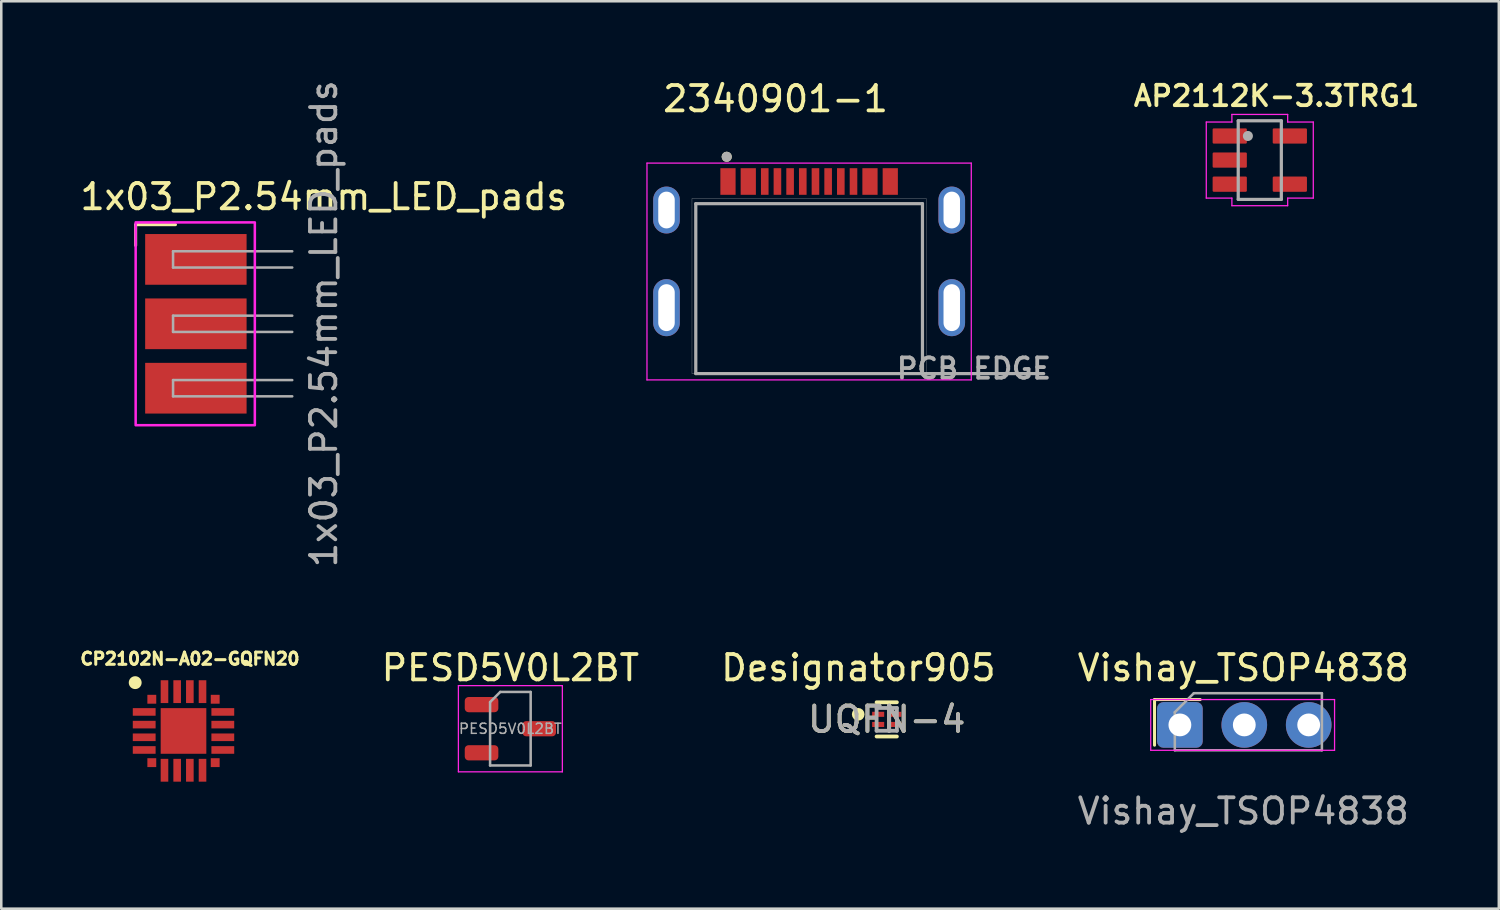
<source format=kicad_pcb>
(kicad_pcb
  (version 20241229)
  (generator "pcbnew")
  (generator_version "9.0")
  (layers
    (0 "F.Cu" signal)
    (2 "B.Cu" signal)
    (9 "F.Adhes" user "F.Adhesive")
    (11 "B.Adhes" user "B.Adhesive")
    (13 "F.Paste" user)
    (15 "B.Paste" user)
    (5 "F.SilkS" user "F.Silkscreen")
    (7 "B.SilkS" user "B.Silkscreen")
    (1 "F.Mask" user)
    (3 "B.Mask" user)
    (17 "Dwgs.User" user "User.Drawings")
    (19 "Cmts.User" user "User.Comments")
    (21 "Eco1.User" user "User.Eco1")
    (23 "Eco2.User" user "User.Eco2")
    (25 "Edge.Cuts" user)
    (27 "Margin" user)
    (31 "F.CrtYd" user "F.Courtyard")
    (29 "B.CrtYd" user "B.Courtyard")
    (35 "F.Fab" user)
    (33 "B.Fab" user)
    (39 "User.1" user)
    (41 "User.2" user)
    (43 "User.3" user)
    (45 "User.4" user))
  (footprint "Vishay_TSOP4838"
    (layer "F.Cu")
    (at 43.482 25.539)
    (property "Reference" "Vishay_TSOP4838" (at 2.5 -2.25 180) (layer "F.SilkS") (effects (font (size 1 1) (thickness 0.15))))
    (attr through_hole)
    (fp_line (start -1 -1) (end -1 0.8) (stroke (width 0.12) (type solid)) (layer "F.SilkS"))
    (fp_line (start 0.8 -1) (end -1 -1) (stroke (width 0.12) (type solid)) (layer "F.SilkS"))
    (fp_line (start -1.15 -1) (end -1.15 1) (stroke (width 0.05) (type solid)) (layer "F.CrtYd"))
    (fp_line (start -1.15 -1) (end 6.1 -1) (stroke (width 0.05) (type solid)) (layer "F.CrtYd"))
    (fp_line (start 6.1 1) (end -1.15 1) (stroke (width 0.05) (type solid)) (layer "F.CrtYd"))
    (fp_line (start 6.1 1) (end 6.1 -1) (stroke (width 0.05) (type solid)) (layer "F.CrtYd"))
    (fp_line (start -0.2 1) (end -0.2 -0.5) (stroke (width 0.1) (type solid)) (layer "F.Fab"))
    (fp_line (start 0.55 -1.25) (end -0.2 -0.5) (stroke (width 0.1) (type solid)) (layer "F.Fab"))
    (fp_line (start 0.55 -1.25) (end 5.6 -1.25) (stroke (width 0.1) (type solid)) (layer "F.Fab"))
    (fp_line (start 5.6 -1.25) (end 5.6 1) (stroke (width 0.1) (type solid)) (layer "F.Fab"))
    (fp_line (start 5.6 1) (end -0.2 1) (stroke (width 0.1) (type solid)) (layer "F.Fab"))
    (fp_text user "${REFERENCE}" (at 2.5 3.4 0) (layer "F.Fab") (effects (font (size 1 1) (thickness 0.15))))
    (pad "1" thru_hole roundrect (at 0 0) (size 1.8 1.8) (drill 0.9) (layers "*.Cu" "*.Mask") (roundrect_rratio 0.138))
    (pad "2" thru_hole circle (at 2.54 0) (size 1.8 1.8) (drill 0.9) (layers "*.Cu" "*.Mask"))
    (pad "3" thru_hole circle (at 5.08 0) (size 1.8 1.8) (drill 0.9) (layers "*.Cu" "*.Mask")))
  (footprint "1x03_P2.54mm_LED_pads"
    (layer "F.Cu")
    (at 10.2 9.72)
    (property "Reference" "1x03_P2.54mm_LED_pads" (at -0.48 -5.01 0) (layer "F.SilkS") (effects (font (size 1 1) (thickness 0.15))))
    (attr smd)
    (fp_line (start -7.9 -3.91) (end -6.33 -3.91) (stroke (width 0.12) (type solid)) (layer "F.SilkS"))
    (fp_line (start -7.9 -3.09) (end -7.9 -3.91) (stroke (width 0.12) (type solid)) (layer "F.SilkS"))
    (fp_rect (start -7.9 -4) (end -3.2 4) (stroke (width 0.1) (type default)) (fill no) (layer "F.CrtYd"))
    (fp_line (start -6.425 -2.86) (end -6.425 -2.22) (stroke (width 0.1) (type solid)) (layer "F.Fab"))
    (fp_line (start -6.425 -2.22) (end -1.725 -2.22) (stroke (width 0.1) (type solid)) (layer "F.Fab"))
    (fp_line (start -6.425 -0.32) (end -6.425 0.32) (stroke (width 0.1) (type solid)) (layer "F.Fab"))
    (fp_line (start -6.425 0.32) (end -1.725 0.32) (stroke (width 0.1) (type solid)) (layer "F.Fab"))
    (fp_line (start -6.425 2.22) (end -6.425 2.86) (stroke (width 0.1) (type solid)) (layer "F.Fab"))
    (fp_line (start -6.425 2.86) (end -1.725 2.86) (stroke (width 0.1) (type solid)) (layer "F.Fab"))
    (fp_line (start -1.725 -2.86) (end -6.425 -2.86) (stroke (width 0.1) (type solid)) (layer "F.Fab"))
    (fp_line (start -1.725 -0.32) (end -6.425 -0.32) (stroke (width 0.1) (type solid)) (layer "F.Fab"))
    (fp_line (start -1.725 2.22) (end -6.425 2.22) (stroke (width 0.1) (type solid)) (layer "F.Fab"))
    (fp_text user "${REFERENCE}" (at -0.48 0 90) (layer "F.Fab") (effects (font (size 1 1) (thickness 0.15))))
    (pad "1" smd rect (at -5.525 -2.54) (size 4 2) (layers "F.Cu" "F.Mask" "F.Paste"))
    (pad "2" smd rect (at -5.525 0) (size 4 2) (layers "F.Cu" "F.Mask" "F.Paste"))
    (pad "3" smd rect (at -5.525 2.54) (size 4 2) (layers "F.Cu" "F.Mask" "F.Paste")))
  (footprint "CP2102N-A02-GQFN20"
    (layer "F.Cu")
    (at 4.187 25.777)
    (property "Reference" "CP2102N-A02-GQFN20" (at 0.254 -2.845 0) (layer "F.SilkS") (effects (font (size 0.48 0.48) (thickness 0.12))))
    (attr smd)
    (fp_circle (center -1.905 -1.905) (end -1.651 -1.905) (stroke (width 0) (type solid)) (fill yes) (layer "F.SilkS"))
    (pad "1" smd rect (at -1.25 -1.25) (size 0.35 0.35) (layers "F.Cu" "F.Mask" "F.Paste"))
    (pad "2" smd rect (at -1.55 -0.75 90) (size 0.3 0.9) (layers "F.Cu" "F.Mask" "F.Paste"))
    (pad "3" smd rect (at -1.55 -0.25 90) (size 0.3 0.9) (layers "F.Cu" "F.Mask" "F.Paste"))
    (pad "4" smd rect (at -1.55 0.25 90) (size 0.3 0.9) (layers "F.Cu" "F.Mask" "F.Paste"))
    (pad "5" smd rect (at -1.55 0.75 90) (size 0.3 0.9) (layers "F.Cu" "F.Mask" "F.Paste"))
    (pad "6" smd rect (at -1.25 1.25) (size 0.35 0.35) (layers "F.Cu" "F.Mask" "F.Paste"))
    (pad "7" smd rect (at -0.75 1.55 180) (size 0.3 0.9) (layers "F.Cu" "F.Mask" "F.Paste"))
    (pad "8" smd rect (at -0.25 1.55 180) (size 0.3 0.9) (layers "F.Cu" "F.Mask" "F.Paste"))
    (pad "9" smd rect (at 0.25 1.55 180) (size 0.3 0.9) (layers "F.Cu" "F.Mask" "F.Paste"))
    (pad "10" smd rect (at 0.75 1.55 180) (size 0.3 0.9) (layers "F.Cu" "F.Mask" "F.Paste"))
    (pad "11" smd rect (at 1.25 1.25) (size 0.35 0.35) (layers "F.Cu" "F.Mask" "F.Paste"))
    (pad "12" smd rect (at 1.55 0.75 270) (size 0.3 0.9) (layers "F.Cu" "F.Mask" "F.Paste"))
    (pad "13" smd rect (at 1.55 0.25 270) (size 0.3 0.9) (layers "F.Cu" "F.Mask" "F.Paste"))
    (pad "14" smd rect (at 1.55 -0.25 270) (size 0.3 0.9) (layers "F.Cu" "F.Mask" "F.Paste"))
    (pad "15" smd rect (at 1.55 -0.75 270) (size 0.3 0.9) (layers "F.Cu" "F.Mask" "F.Paste"))
    (pad "16" smd rect (at 1.25 -1.25) (size 0.35 0.35) (layers "F.Cu" "F.Mask" "F.Paste"))
    (pad "17" smd rect (at 0.75 -1.55) (size 0.3 0.9) (layers "F.Cu" "F.Mask" "F.Paste"))
    (pad "18" smd rect (at 0.25 -1.55) (size 0.3 0.9) (layers "F.Cu" "F.Mask" "F.Paste"))
    (pad "19" smd rect (at -0.25 -1.55) (size 0.3 0.9) (layers "F.Cu" "F.Mask" "F.Paste"))
    (pad "20" smd rect (at -0.75 -1.55) (size 0.3 0.9) (layers "F.Cu" "F.Mask" "F.Paste"))
    (pad "EXP" smd rect (at 0 0) (size 1.8 1.8) (layers "F.Cu" "F.Mask" "F.Paste")))
  (footprint "2340901-1"
    (layer "F.Cu")
    (at 28.86 9.483)
    (property "Reference" "2340901-1" (at -1.325 -8.635 0) (layer "F.SilkS") (effects (font (size 1 1) (thickness 0.15))))
    (attr smd)
    (fp_circle (center -3.25 -6.35) (end -3.15 -6.35) (stroke (width 0.2) (type solid)) (fill no) (layer "F.SilkS"))
    (fp_line (start -4.62 -4.7) (end 4.62 -4.7) (stroke (width 0.01) (type solid)) (layer "Dwgs.User"))
    (fp_line (start -4.62 2.2) (end -4.62 -4.7) (stroke (width 0.01) (type solid)) (layer "Dwgs.User"))
    (fp_line (start 4.62 -4.7) (end 4.62 2.2) (stroke (width 0.01) (type solid)) (layer "Dwgs.User"))
    (fp_line (start 4.62 2.2) (end -4.62 2.2) (stroke (width 0.01) (type solid)) (layer "Dwgs.User"))
    (fp_line (start -6.395 -6.1) (end 6.395 -6.1) (stroke (width 0.05) (type solid)) (layer "F.CrtYd"))
    (fp_line (start -6.395 2.45) (end -6.395 -6.1) (stroke (width 0.05) (type solid)) (layer "F.CrtYd"))
    (fp_line (start 6.395 -6.1) (end 6.395 2.45) (stroke (width 0.05) (type solid)) (layer "F.CrtYd"))
    (fp_line (start 6.395 2.45) (end -6.395 2.45) (stroke (width 0.05) (type solid)) (layer "F.CrtYd"))
    (fp_line (start -4.47 -4.5) (end 4.47 -4.5) (stroke (width 0.127) (type solid)) (layer "F.Fab"))
    (fp_line (start -4.47 2.2) (end -4.47 -4.5) (stroke (width 0.127) (type solid)) (layer "F.Fab"))
    (fp_line (start 4.47 -4.5) (end 4.47 2.2) (stroke (width 0.127) (type solid)) (layer "F.Fab"))
    (fp_line (start 4.47 2.2) (end -4.47 2.2) (stroke (width 0.127) (type solid)) (layer "F.Fab"))
    (fp_line (start 4.47 2.2) (end 9.25 2.2) (stroke (width 0.127) (type solid)) (layer "F.Fab"))
    (fp_circle (center -3.25 -6.35) (end -3.15 -6.35) (stroke (width 0.2) (type solid)) (fill no) (layer "F.Fab"))
    (fp_text user "PCB EDGE" (at 6.5 2 0) (layer "F.Fab") (effects (font (size 0.8 0.8) (thickness 0.15))))
    (pad "A1/B12" smd rect (at -3.2 -5.375) (size 0.6 1.05) (layers "F.Cu" "F.Mask" "F.Paste"))
    (pad "A4/B9" smd rect (at -2.4 -5.375) (size 0.6 1.05) (layers "F.Cu" "F.Mask" "F.Paste"))
    (pad "A5" smd rect (at -1.25 -5.375) (size 0.3 1.05) (layers "F.Cu" "F.Mask" "F.Paste"))
    (pad "A6" smd rect (at -0.25 -5.375) (size 0.3 1.05) (layers "F.Cu" "F.Mask" "F.Paste"))
    (pad "A7" smd rect (at 0.25 -5.375) (size 0.3 1.05) (layers "F.Cu" "F.Mask" "F.Paste"))
    (pad "A8" smd rect (at 1.25 -5.375) (size 0.3 1.05) (layers "F.Cu" "F.Mask" "F.Paste"))
    (pad "B1/A12" smd rect (at 3.2 -5.375) (size 0.6 1.05) (layers "F.Cu" "F.Mask" "F.Paste"))
    (pad "B4/AP" smd rect (at 2.4 -5.375) (size 0.6 1.05) (layers "F.Cu" "F.Mask" "F.Paste"))
    (pad "B5" smd rect (at 1.75 -5.375) (size 0.3 1.05) (layers "F.Cu" "F.Mask" "F.Paste"))
    (pad "B6" smd rect (at 0.75 -5.375) (size 0.3 1.05) (layers "F.Cu" "F.Mask" "F.Paste"))
    (pad "B7" smd rect (at -0.75 -5.375) (size 0.3 1.05) (layers "F.Cu" "F.Mask" "F.Paste"))
    (pad "B8" smd rect (at -1.75 -5.375) (size 0.3 1.05) (layers "F.Cu" "F.Mask" "F.Paste"))
    (pad "SH1" thru_hole oval (at -5.625 -4.25) (size 1.05 1.85) (drill oval 0.65 1.45) (layers "*.Cu" "*.Mask"))
    (pad "SH2" thru_hole oval (at 5.625 -4.25) (size 1.05 1.85) (drill oval 0.65 1.45) (layers "*.Cu" "*.Mask"))
    (pad "SH3" thru_hole oval (at -5.625 -0.4) (size 1.05 2.25) (drill oval 0.65 1.85) (layers "*.Cu" "*.Mask"))
    (pad "SH4" thru_hole oval (at 5.625 -0.4) (size 1.05 2.25) (drill oval 0.65 1.85) (layers "*.Cu" "*.Mask")))
  (footprint "UQFN-4"
    (layer "F.Cu")
    (at 31.921 25.321)
    (property "Reference" "UQFN-4" (at 0 0 0) (unlocked yes) (layer "F.SilkS") (effects (font (size 1 1) (thickness 0.15))))
    (attr smd)
    (fp_line (start -0.4 -0.675) (end 0.4 -0.675) (stroke (width 0.15) (type solid)) (layer "F.SilkS"))
    (fp_line (start -0.4 0.675) (end 0.4 0.675) (stroke (width 0.15) (type solid)) (layer "F.SilkS"))
    (fp_circle (center -1.125 -0.2) (end -1 -0.2) (stroke (width 0.25) (type solid)) (fill no) (layer "F.SilkS"))
    (fp_line (start -0.4 -0.45) (end 0.4 -0.45) (stroke (width 0.15) (type solid)) (layer "F.Fab"))
    (fp_line (start -0.4 0.45) (end -0.4 -0.45) (stroke (width 0.15) (type solid)) (layer "F.Fab"))
    (fp_line (start -0.4 0.45) (end 0.4 0.45) (stroke (width 0.15) (type solid)) (layer "F.Fab"))
    (fp_line (start 0.4 0.45) (end 0.4 -0.45) (stroke (width 0.15) (type solid)) (layer "F.Fab"))
    (fp_text user "Designator905" (at -1.118 -2.032 0) (unlocked yes) (layer "F.SilkS") (effects (font (size 1 1) (thickness 0.15))))
    (fp_text user "${REFERENCE}" (at 0 0 0) (unlocked yes) (layer "F.Fab") (effects (font (size 1 1) (thickness 0.15))))
    (pad "1" smd rect (at -0.338 -0.2) (size 0.475 0.2) (layers "F.Cu" "F.Mask" "F.Paste"))
    (pad "2" smd rect (at -0.338 0.2) (size 0.475 0.2) (layers "F.Cu" "F.Mask" "F.Paste"))
    (pad "3" smd rect (at 0.338 0.2) (size 0.475 0.2) (layers "F.Cu" "F.Mask" "F.Paste"))
    (pad "4" smd rect (at 0.338 -0.2) (size 0.475 0.2) (layers "F.Cu" "F.Mask" "F.Paste")))
  (footprint "AP2112K-3.3TRG1"
    (layer "F.Cu")
    (at 46.633 3.263)
    (property "Reference" "AP2112K-3.3TRG1" (at 0.664 -2.53 0) (layer "F.SilkS") (effects (font (size 0.803 0.803) (thickness 0.15))))
    (attr smd)
    (fp_line (start -2.11 -1.5) (end -2.11 1.5) (stroke (width 0.05) (type solid)) (layer "F.CrtYd"))
    (fp_line (start -2.11 1.5) (end -1.1 1.5) (stroke (width 0.05) (type solid)) (layer "F.CrtYd"))
    (fp_line (start -1.1 -1.8) (end -1.1 -1.5) (stroke (width 0.05) (type solid)) (layer "F.CrtYd"))
    (fp_line (start -1.1 -1.5) (end -2.11 -1.5) (stroke (width 0.05) (type solid)) (layer "F.CrtYd"))
    (fp_line (start -1.1 1.5) (end -1.1 1.8) (stroke (width 0.05) (type solid)) (layer "F.CrtYd"))
    (fp_line (start -1.1 1.8) (end 1.1 1.8) (stroke (width 0.05) (type solid)) (layer "F.CrtYd"))
    (fp_line (start 1.1 -1.8) (end -1.1 -1.8) (stroke (width 0.05) (type solid)) (layer "F.CrtYd"))
    (fp_line (start 1.1 -1.5) (end 1.1 -1.8) (stroke (width 0.05) (type solid)) (layer "F.CrtYd"))
    (fp_line (start 1.1 1.5) (end 2.11 1.5) (stroke (width 0.05) (type solid)) (layer "F.CrtYd"))
    (fp_line (start 1.1 1.8) (end 1.1 1.5) (stroke (width 0.05) (type solid)) (layer "F.CrtYd"))
    (fp_line (start 2.11 -1.5) (end 1.1 -1.5) (stroke (width 0.05) (type solid)) (layer "F.CrtYd"))
    (fp_line (start 2.11 1.5) (end 2.11 -1.5) (stroke (width 0.05) (type solid)) (layer "F.CrtYd"))
    (fp_line (start -0.85 -1.55) (end 0.85 -1.55) (stroke (width 0.127) (type solid)) (layer "F.Fab"))
    (fp_line (start -0.85 1.55) (end -0.85 -1.55) (stroke (width 0.127) (type solid)) (layer "F.Fab"))
    (fp_line (start 0.85 -1.55) (end 0.85 1.55) (stroke (width 0.127) (type solid)) (layer "F.Fab"))
    (fp_line (start 0.85 1.55) (end -0.85 1.55) (stroke (width 0.127) (type solid)) (layer "F.Fab"))
    (fp_circle (center -0.469 -0.95) (end -0.369 -0.95) (stroke (width 0.2) (type solid)) (fill no) (layer "F.Fab"))
    (pad "1" smd roundrect (at -1.185 -0.95) (size 1.35 0.6) (layers "F.Cu" "F.Mask" "F.Paste") (roundrect_rratio 0.075))
    (pad "2" smd roundrect (at -1.185 0) (size 1.35 0.6) (layers "F.Cu" "F.Mask" "F.Paste") (roundrect_rratio 0.075))
    (pad "3" smd roundrect (at -1.185 0.95) (size 1.35 0.6) (layers "F.Cu" "F.Mask" "F.Paste") (roundrect_rratio 0.075))
    (pad "4" smd roundrect (at 1.185 0.95) (size 1.35 0.6) (layers "F.Cu" "F.Mask" "F.Paste") (roundrect_rratio 0.075))
    (pad "5" smd roundrect (at 1.185 -0.95) (size 1.35 0.6) (layers "F.Cu" "F.Mask" "F.Paste") (roundrect_rratio 0.075)))
  (footprint "PESD5V0L2BT"
    (layer "F.Cu")
    (at 17.078 25.689)
    (property "Reference" "PESD5V0L2BT" (at 0 -2.4 0) (layer "F.SilkS") (effects (font (size 1 1) (thickness 0.15))))
    (attr smd)
    (fp_line (start -2.05 -1.7) (end -2.05 1.7) (stroke (width 0.05) (type solid)) (layer "F.CrtYd"))
    (fp_line (start -2.05 1.7) (end 2.05 1.7) (stroke (width 0.05) (type solid)) (layer "F.CrtYd"))
    (fp_line (start 2.05 -1.7) (end -2.05 -1.7) (stroke (width 0.05) (type solid)) (layer "F.CrtYd"))
    (fp_line (start 2.05 1.7) (end 2.05 -1.7) (stroke (width 0.05) (type solid)) (layer "F.CrtYd"))
    (fp_line (start -0.8 -1.05) (end -0.4 -1.45) (stroke (width 0.1) (type solid)) (layer "F.Fab"))
    (fp_line (start -0.8 1.45) (end -0.8 -1.05) (stroke (width 0.1) (type solid)) (layer "F.Fab"))
    (fp_line (start -0.4 -1.45) (end 0.8 -1.45) (stroke (width 0.1) (type solid)) (layer "F.Fab"))
    (fp_line (start 0.8 -1.45) (end 0.8 1.45) (stroke (width 0.1) (type solid)) (layer "F.Fab"))
    (fp_line (start 0.8 1.45) (end -0.8 1.45) (stroke (width 0.1) (type solid)) (layer "F.Fab"))
    (fp_text user "${REFERENCE}" (at 0 0 0) (layer "F.Fab") (effects (font (size 0.4 0.4) (thickness 0.06))))
    (pad "1" smd roundrect (at -1.137 -0.95) (size 1.325 0.6) (layers "F.Cu" "F.Mask" "F.Paste") (roundrect_rratio 0.25))
    (pad "2" smd roundrect (at -1.137 0.95) (size 1.325 0.6) (layers "F.Cu" "F.Mask" "F.Paste") (roundrect_rratio 0.25))
    (pad "3" smd roundrect (at 1.137 0) (size 1.325 0.6) (layers "F.Cu" "F.Mask" "F.Paste") (roundrect_rratio 0.25)))
  (gr_rect
    (start -3 -3)
    (end 56.06 32.787)
    (stroke (width 0.1) (type default))
    (fill no)
    (layer "Edge.Cuts")))
</source>
